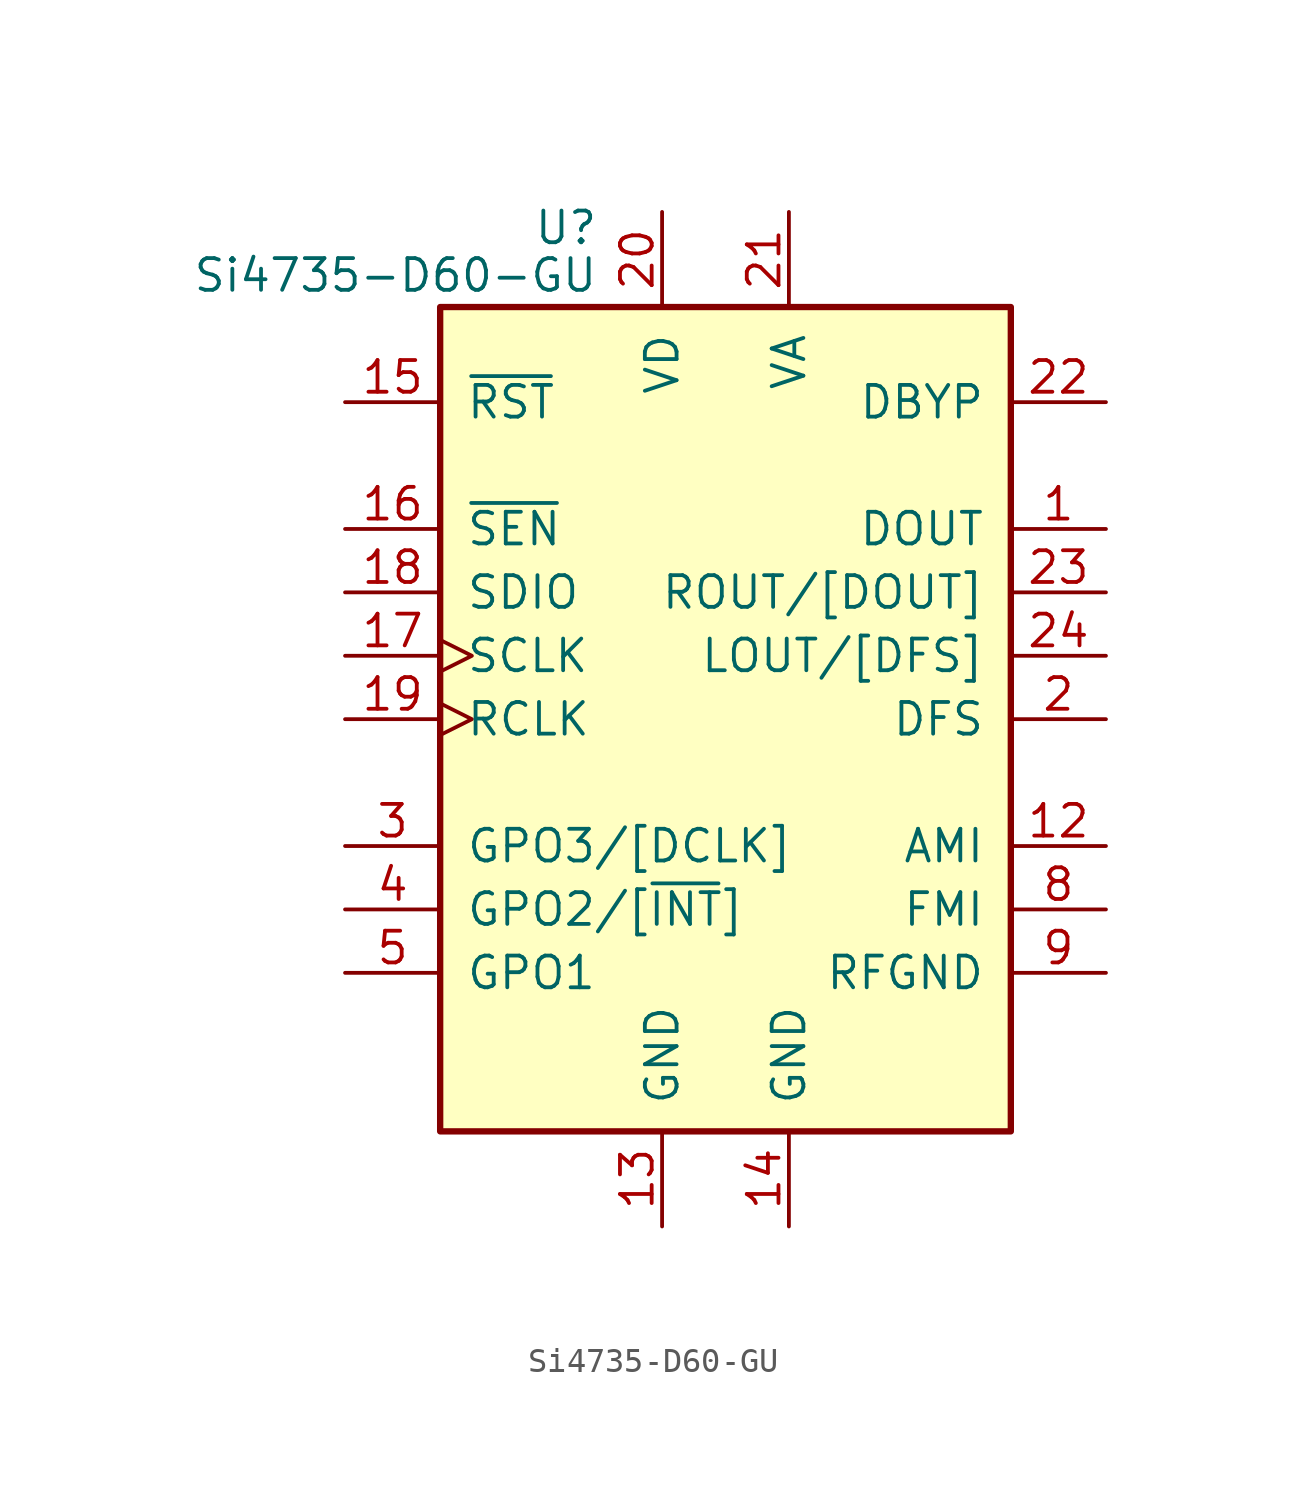
<source format=kicad_sym>
(kicad_symbol_lib
  (version 20211014)
  (generator kicad_symbol_editor)
  (symbol "Si4735-D60-GU"
    (pin_names
      (offset 1.016))
    (property "Reference" "U"
      (at -5.08 19.685 0)
      (effects (font (size 1.27 1.27)) (justify right)))
    (property "Value" "Si4735-D60-GU"
      (at -5.08 17.78 0)
      (effects (font (size 1.27 1.27)) (justify right)))
    (symbol "Si4735-D60-GU_0_1"
      (rectangle (start 11.43 16.51) (end -11.43 -16.51) (stroke (width 0.254) (type default) (color 0 0 0 0)) (fill (type background))))
    (symbol "Si4735-D60-GU_1_1"
      (pin output line (at 15.24 7.62 180) (length 3.81) (name "DOUT" (effects (font (size 1.27 1.27)))) (number "1" (effects (font (size 1.27 1.27)))))
      (pin no_connect line (at -5.08 -20.32 90) (length 3.81) hide (name "NC" (effects (font (size 1.27 1.27)))) (number "10" (effects (font (size 1.27 1.27)))))
      (pin no_connect line (at 5.08 -20.32 90) (length 3.81) hide (name "NC" (effects (font (size 1.27 1.27)))) (number "11" (effects (font (size 1.27 1.27)))))
      (pin input line (at 15.24 -5.08 180) (length 3.81) (name "AMI" (effects (font (size 1.27 1.27)))) (number "12" (effects (font (size 1.27 1.27)))))
      (pin power_in line (at -2.54 -20.32 90) (length 3.81) (name "GND" (effects (font (size 1.27 1.27)))) (number "13" (effects (font (size 1.27 1.27)))))
      (pin power_in line (at 2.54 -20.32 90) (length 3.81) (name "GND" (effects (font (size 1.27 1.27)))) (number "14" (effects (font (size 1.27 1.27)))))
      (pin input line (at -15.24 12.7 0) (length 3.81) (name "~{RST}" (effects (font (size 1.27 1.27)))) (number "15" (effects (font (size 1.27 1.27)))))
      (pin input line (at -15.24 7.62 0) (length 3.81) (name "~{SEN}" (effects (font (size 1.27 1.27)))) (number "16" (effects (font (size 1.27 1.27)))))
      (pin input clock (at -15.24 2.54 0) (length 3.81) (name "SCLK" (effects (font (size 1.27 1.27)))) (number "17" (effects (font (size 1.27 1.27)))))
      (pin bidirectional line (at -15.24 5.08 0) (length 3.81) (name "SDIO" (effects (font (size 1.27 1.27)))) (number "18" (effects (font (size 1.27 1.27)))))
      (pin input clock (at -15.24 0 0) (length 3.81) (name "RCLK" (effects (font (size 1.27 1.27)))) (number "19" (effects (font (size 1.27 1.27)))))
      (pin input line (at 15.24 0 180) (length 3.81) (name "DFS" (effects (font (size 1.27 1.27)))) (number "2" (effects (font (size 1.27 1.27)))))
      (pin power_in line (at -2.54 20.32 270) (length 3.81) (name "VD" (effects (font (size 1.27 1.27)))) (number "20" (effects (font (size 1.27 1.27)))))
      (pin power_in line (at 2.54 20.32 270) (length 3.81) (name "VA" (effects (font (size 1.27 1.27)))) (number "21" (effects (font (size 1.27 1.27)))))
      (pin passive line (at 15.24 12.7 180) (length 3.81) (name "DBYP" (effects (font (size 1.27 1.27)))) (number "22" (effects (font (size 1.27 1.27)))))
      (pin output line (at 15.24 5.08 180) (length 3.81) (name "ROUT/[DOUT]" (effects (font (size 1.27 1.27)))) (number "23" (effects (font (size 1.27 1.27)))))
      (pin bidirectional line (at 15.24 2.54 180) (length 3.81) (name "LOUT/[DFS]" (effects (font (size 1.27 1.27)))) (number "24" (effects (font (size 1.27 1.27)))))
      (pin bidirectional line (at -15.24 -5.08 0) (length 3.81) (name "GPO3/[DCLK]" (effects (font (size 1.27 1.27)))) (number "3" (effects (font (size 1.27 1.27)))))
      (pin output line (at -15.24 -7.62 0) (length 3.81) (name "GPO2/[~{INT}]" (effects (font (size 1.27 1.27)))) (number "4" (effects (font (size 1.27 1.27)))))
      (pin output line (at -15.24 -10.16 0) (length 3.81) (name "GPO1" (effects (font (size 1.27 1.27)))) (number "5" (effects (font (size 1.27 1.27)))))
      (pin no_connect line (at -15.24 -12.7 0) (length 3.81) hide (name "NC" (effects (font (size 1.27 1.27)))) (number "6" (effects (font (size 1.27 1.27)))))
      (pin no_connect line (at 15.24 -12.7 180) (length 3.81) hide (name "NC" (effects (font (size 1.27 1.27)))) (number "7" (effects (font (size 1.27 1.27)))))
      (pin input line (at 15.24 -7.62 180) (length 3.81) (name "FMI" (effects (font (size 1.27 1.27)))) (number "8" (effects (font (size 1.27 1.27)))))
      (pin power_in line (at 15.24 -10.16 180) (length 3.81) (name "RFGND" (effects (font (size 1.27 1.27)))) (number "9" (effects (font (size 1.27 1.27))))))))
</source>
